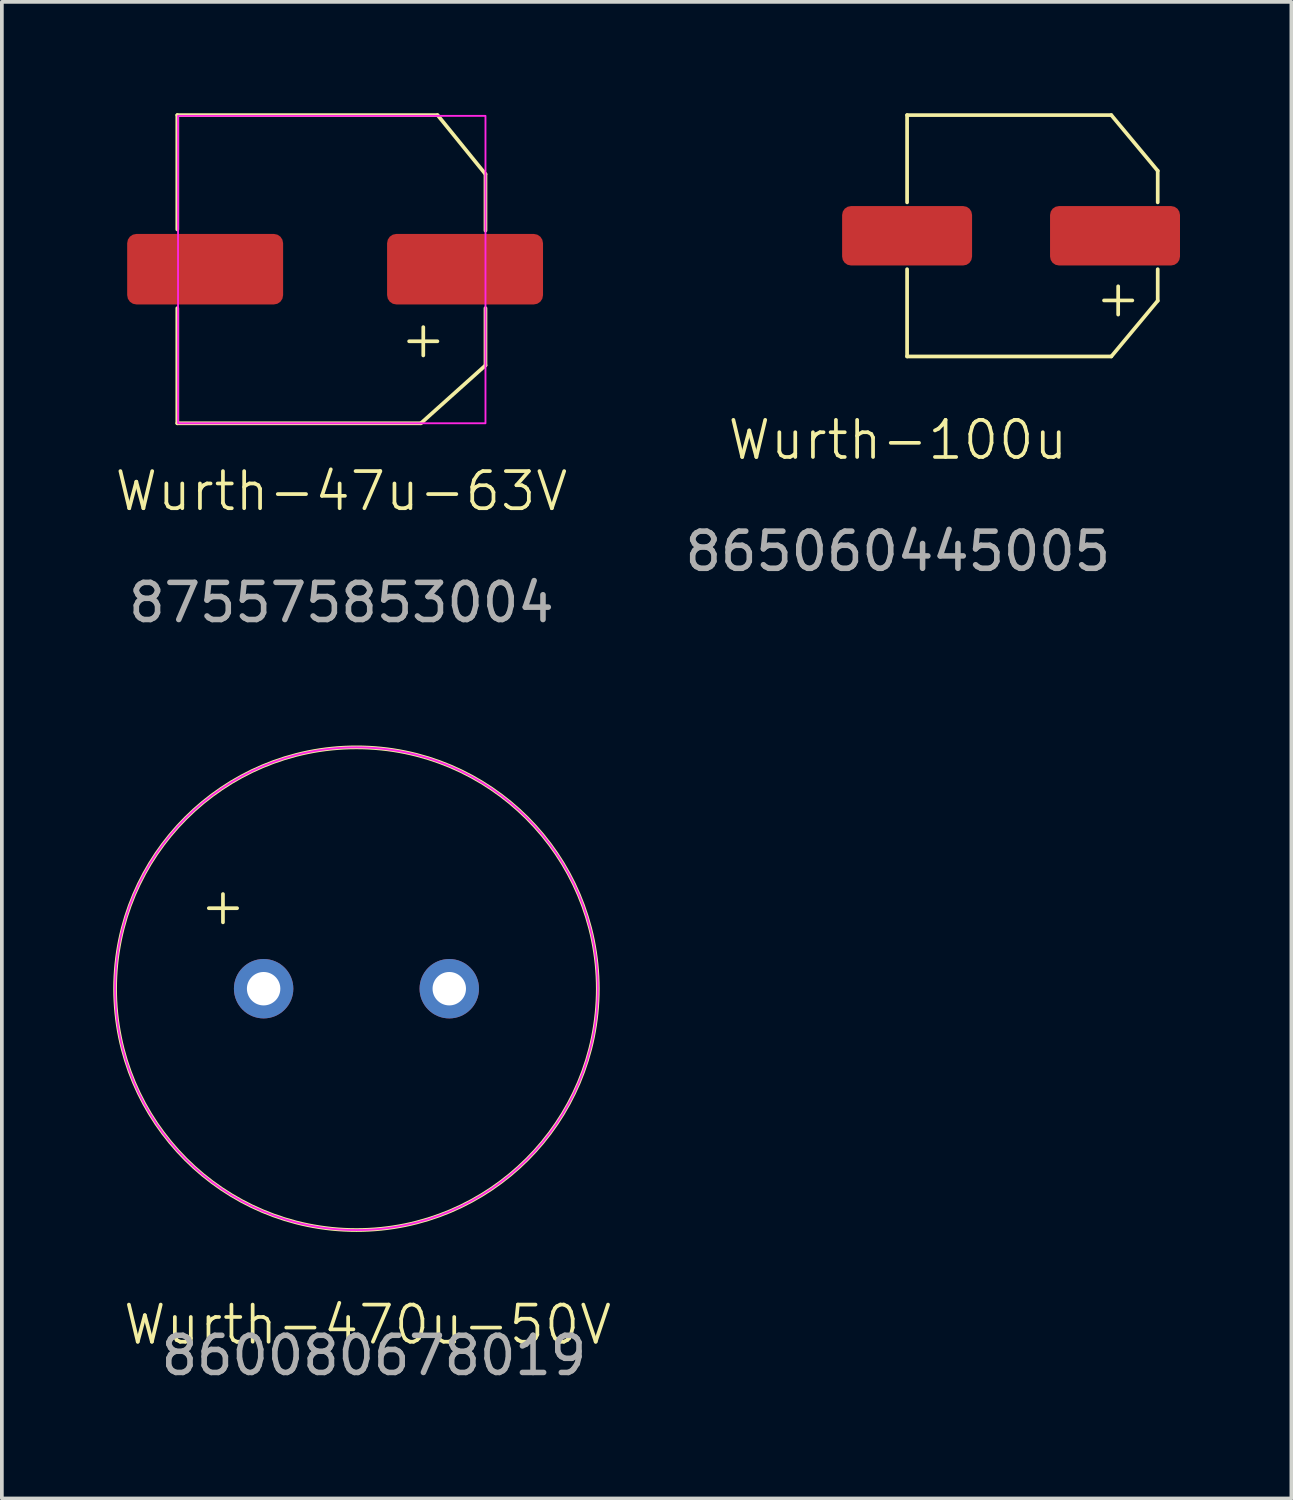
<source format=kicad_pcb>
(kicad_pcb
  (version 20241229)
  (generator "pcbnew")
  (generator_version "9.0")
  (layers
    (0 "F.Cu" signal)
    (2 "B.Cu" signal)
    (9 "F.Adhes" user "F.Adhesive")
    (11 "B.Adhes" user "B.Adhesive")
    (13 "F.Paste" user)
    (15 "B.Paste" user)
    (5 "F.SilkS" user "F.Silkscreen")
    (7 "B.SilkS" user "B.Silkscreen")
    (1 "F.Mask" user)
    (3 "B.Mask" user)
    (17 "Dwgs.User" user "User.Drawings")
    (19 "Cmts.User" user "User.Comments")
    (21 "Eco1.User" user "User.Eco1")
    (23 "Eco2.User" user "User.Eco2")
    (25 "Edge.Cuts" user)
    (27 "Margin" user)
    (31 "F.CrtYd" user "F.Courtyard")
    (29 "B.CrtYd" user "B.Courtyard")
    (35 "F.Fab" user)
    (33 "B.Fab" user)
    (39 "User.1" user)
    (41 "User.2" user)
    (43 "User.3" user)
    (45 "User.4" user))
  (footprint "Wurth-100u"
    (layer "F.Cu")
    (at 26.98 3.3)
    (property "Reference" "Wurth-100u" (at -5.85 5.5 0) (unlocked yes) (layer "F.SilkS") (effects (font (size 1 1) (thickness 0.1))))
    (attr smd)
    (fp_line (start -5.6 -3.25) (end -5.6 -0.9) (stroke (width 0.1) (type default)) (layer "F.SilkS"))
    (fp_line (start -5.6 0.9) (end -5.6 3.25) (stroke (width 0.1) (type default)) (layer "F.SilkS"))
    (fp_line (start -5.6 3.25) (end -0.1 3.25) (stroke (width 0.1) (type default)) (layer "F.SilkS"))
    (fp_line (start -0.1 -3.25) (end -5.6 -3.25) (stroke (width 0.1) (type default)) (layer "F.SilkS"))
    (fp_line (start -0.1 3.25) (end 1.15 1.75) (stroke (width 0.1) (type default)) (layer "F.SilkS"))
    (fp_line (start 1.15 -1.75) (end -0.1 -3.25) (stroke (width 0.1) (type default)) (layer "F.SilkS"))
    (fp_line (start 1.15 -1.75) (end 1.15 -0.9) (stroke (width 0.1) (type default)) (layer "F.SilkS"))
    (fp_line (start 1.15 0.9) (end 1.15 1.75) (stroke (width 0.1) (type default)) (layer "F.SilkS"))
    (fp_text user "+" (at -0.6 2.25 0) (unlocked yes) (layer "F.SilkS") (effects (font (size 1 1) (thickness 0.1)) (justify left bottom)))
    (fp_text user "865060445005" (at -5.85 8.5 0) (unlocked yes) (layer "F.Fab") (effects (font (size 1 1) (thickness 0.15))))
    (pad "1" smd roundrect (at 0 0) (size 3.5 1.6) (layers "F.Cu" "F.Mask" "F.Paste") (roundrect_rratio 0.15))
    (pad "2" smd roundrect (at -5.6 0) (size 3.5 1.6) (layers "F.Cu" "F.Mask" "F.Paste") (roundrect_rratio 0.15)))
  (footprint "Wurth-47u-63V"
    (layer "F.Cu")
    (at 5.885 4.21)
    (property "Reference" "Wurth-47u-63V" (at 0.26 5.97 0) (unlocked yes) (layer "F.SilkS") (effects (font (size 1 1) (thickness 0.1))))
    (attr smd)
    (fp_line (start -4.16 -4.16) (end -4.16 -1.08) (stroke (width 0.1) (type default)) (layer "F.SilkS"))
    (fp_line (start -4.16 1.04) (end -4.16 4.14) (stroke (width 0.1) (type default)) (layer "F.SilkS"))
    (fp_line (start -4.16 4.14) (end 2.4 4.14) (stroke (width 0.1) (type default)) (layer "F.SilkS"))
    (fp_line (start 2.4 4.14) (end 4.14 2.58) (stroke (width 0.1) (type default)) (layer "F.SilkS"))
    (fp_line (start 2.84 -4.16) (end -4.16 -4.16) (stroke (width 0.1) (type default)) (layer "F.SilkS"))
    (fp_line (start 4.14 -2.57) (end 2.85 -4.16) (stroke (width 0.1) (type default)) (layer "F.SilkS"))
    (fp_line (start 4.14 -2.57) (end 4.14 -1.05) (stroke (width 0.1) (type default)) (layer "F.SilkS"))
    (fp_line (start 4.14 2.58) (end 4.14 1.04) (stroke (width 0.1) (type default)) (layer "F.SilkS"))
    (fp_rect (start -4.14 -4.14) (end 4.14 4.14) (stroke (width 0.05) (type default)) (fill no) (layer "F.CrtYd"))
    (fp_text user "+" (at 1.78 2.44 0) (unlocked yes) (layer "F.SilkS") (effects (font (size 1 1) (thickness 0.1)) (justify left bottom)))
    (fp_text user "875575853004" (at 0.26 8.97 0) (unlocked yes) (layer "F.Fab") (effects (font (size 1 1) (thickness 0.15))))
    (pad "1" smd roundrect (at 3.59 -0.01) (size 4.2 1.9) (layers "F.Cu" "F.Mask" "F.Paste") (roundrect_rratio 0.132))
    (pad "2" smd roundrect (at -3.41 -0.01) (size 4.2 1.9) (layers "F.Cu" "F.Mask" "F.Paste") (roundrect_rratio 0.132)))
  (footprint "Wurth-470u-50V"
    (layer "F.Cu")
    (at 4.05 23.578)
    (property "Reference" "Wurth-470u-50V" (at 2.8 9.05 0) (unlocked yes) (layer "F.SilkS") (effects (font (size 1 1) (thickness 0.1))))
    (attr smd)
    (fp_circle (center 2.5 0) (end 9 0) (stroke (width 0.1) (type solid)) (fill no) (layer "F.SilkS"))
    (fp_circle (center 2.5 0) (end 9 0) (stroke (width 0.05) (type solid)) (fill no) (layer "F.CrtYd"))
    (fp_text user "+" (at -1.78 -1.66 0) (unlocked yes) (layer "F.SilkS") (effects (font (size 1 1) (thickness 0.1)) (justify left bottom)))
    (fp_text user "860080678019" (at 2.97 9.88 0) (unlocked yes) (layer "F.Fab") (effects (font (size 1 1) (thickness 0.15))))
    (pad "1" thru_hole circle (at 0 0) (size 1.6 1.6) (drill 0.9) (layers "*.Cu" "*.Mask"))
    (pad "2" thru_hole circle (at 5 0) (size 1.6 1.6) (drill 0.9) (layers "*.Cu" "*.Mask")))
  (gr_rect
    (start -3 -3)
    (end 31.73 37.306)
    (stroke (width 0.1) (type default))
    (fill no)
    (layer "Edge.Cuts")))
</source>
